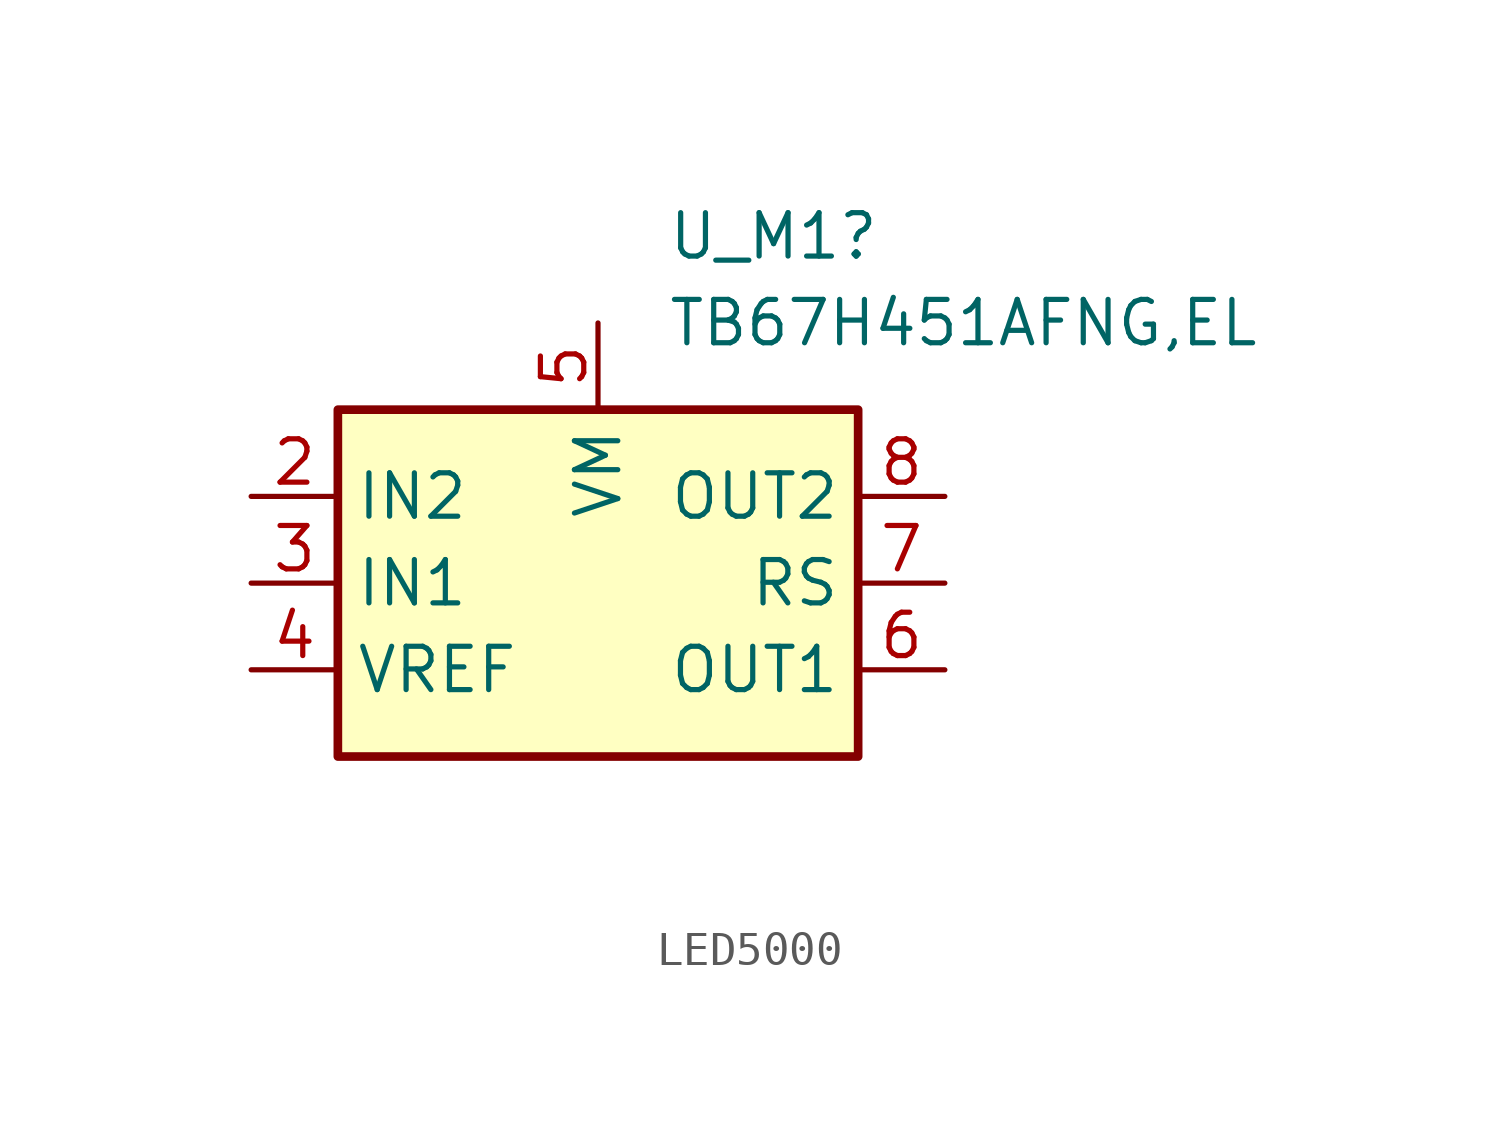
<source format=kicad_sym>
(kicad_symbol_lib
  (version 20211014)
  (generator kicad_symbol_editor)
  (symbol "LED5000"
    (property "Reference" "U_M1"
      (at 2.019 10.16 0)
      (effects (font (size 1.27 1.27)) (justify left)))
    (property "Value" "TB67H451AFNG,EL"
      (at 2.019 7.62 0)
      (effects (font (size 1.27 1.27)) (justify left)))
    (symbol "LED5000_1_0"
      (pin passive line (at 0 -7.62 90) (length 2.54) hide (name "GND" (effects (font (size 1.27 1.27)))) (number "1" (effects (font (size 1.27 1.27)))))
      (pin input line (at -10.16 2.54 0) (length 2.54) (name "IN2" (effects (font (size 1.27 1.27)))) (number "2" (effects (font (size 1.27 1.27)))))
      (pin input line (at -10.16 0 0) (length 2.54) (name "IN1" (effects (font (size 1.27 1.27)))) (number "3" (effects (font (size 1.27 1.27)))))
      (pin passive line (at -10.16 -2.54 0) (length 2.54) (name "VREF" (effects (font (size 1.27 1.27)))) (number "4" (effects (font (size 1.27 1.27)))))
      (pin power_in line (at 0 7.62 270) (length 2.54) (name "VM" (effects (font (size 1.27 1.27)))) (number "5" (effects (font (size 1.27 1.27)))))
      (pin output line (at 10.16 -2.54 180) (length 2.54) (name "OUT1" (effects (font (size 1.27 1.27)))) (number "6" (effects (font (size 1.27 1.27)))))
      (pin output line (at 10.16 0 180) (length 2.54) (name "RS" (effects (font (size 1.27 1.27)))) (number "7" (effects (font (size 1.27 1.27)))))
      (pin output line (at 10.16 2.54 180) (length 2.54) (name "OUT2" (effects (font (size 1.27 1.27)))) (number "8" (effects (font (size 1.27 1.27))))))
    (symbol "LED5000_1_1"
      (rectangle (start -7.62 5.08) (end 7.62 -5.08) (stroke (width 0.254) (type default) (color 0 0 0 0)) (fill (type background))))))
</source>
